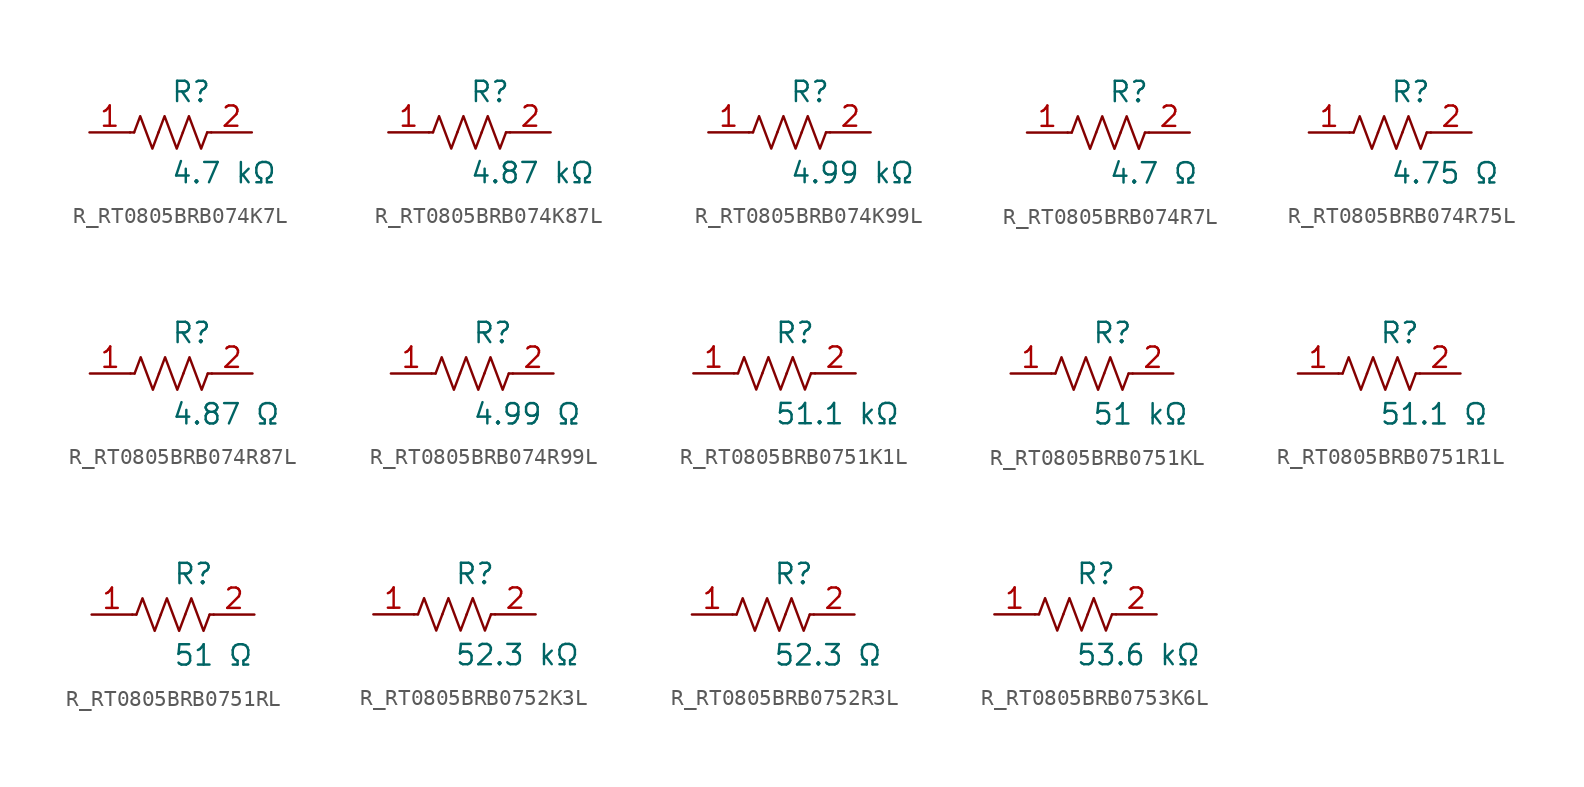
<source format=kicad_sym>
(kicad_symbol_lib
  (version 20231120)
  (generator kicad_symbol_editor)
  (generator_version 8.0)
  (symbol "R_RT0805BRB074K7L"
    (pin_names
      (offset 0.254))
    (property "Reference" "R"
      (at 0 2.54 0)
      (effects (font (size 1.27 1.27)) (justify left)))
    (property "Value" "4.7 kΩ"
      (at 0 -2.54 0)
      (effects (font (size 1.27 1.27)) (justify left)))
    (symbol "R_RT0805BRB074K7L_0_1"
      (polyline (pts (xy 2.286 0) (xy 2.54 0)) (stroke (width 0) (type default)) (fill (type none)))
      (polyline (pts (xy -2.286 0) (xy -2.54 0)) (stroke (width 0) (type default)) (fill (type none)))
      (polyline (pts (xy 0.762 0) (xy 1.143 1.016) (xy 1.524 0) (xy 1.905 -1.016) (xy 2.286 0)) (stroke (width 0) (type default)) (fill (type none)))
      (polyline (pts (xy -0.762 0) (xy -0.381 1.016) (xy 0 0) (xy 0.381 -1.016) (xy 0.762 0)) (stroke (width 0) (type default)) (fill (type none)))
      (polyline (pts (xy -2.286 0) (xy -1.905 1.016) (xy -1.524 0) (xy -1.143 -1.016) (xy -0.762 0)) (stroke (width 0) (type default)) (fill (type none))))
    (pin unspecified line
      (at -5.08 0 0)
      (length 2.54)
      (name "" (effects (font (size 1.27 1.27))))
      (number "1" (effects (font (size 1.27 1.27)))))
    (pin unspecified line
      (at 5.08 0 180)
      (length 2.54)
      (name "" (effects (font (size 1.27 1.27))))
      (number "2" (effects (font (size 1.27 1.27))))))
  (symbol "R_RT0805BRB074K87L"
    (pin_names
      (offset 0.254))
    (property "Reference" "R"
      (at 0 2.54 0)
      (effects (font (size 1.27 1.27)) (justify left)))
    (property "Value" "4.87 kΩ"
      (at 0 -2.54 0)
      (effects (font (size 1.27 1.27)) (justify left)))
    (symbol "R_RT0805BRB074K87L_0_1"
      (polyline (pts (xy 2.286 0) (xy 2.54 0)) (stroke (width 0) (type default)) (fill (type none)))
      (polyline (pts (xy -2.286 0) (xy -2.54 0)) (stroke (width 0) (type default)) (fill (type none)))
      (polyline (pts (xy 0.762 0) (xy 1.143 1.016) (xy 1.524 0) (xy 1.905 -1.016) (xy 2.286 0)) (stroke (width 0) (type default)) (fill (type none)))
      (polyline (pts (xy -0.762 0) (xy -0.381 1.016) (xy 0 0) (xy 0.381 -1.016) (xy 0.762 0)) (stroke (width 0) (type default)) (fill (type none)))
      (polyline (pts (xy -2.286 0) (xy -1.905 1.016) (xy -1.524 0) (xy -1.143 -1.016) (xy -0.762 0)) (stroke (width 0) (type default)) (fill (type none))))
    (pin unspecified line
      (at -5.08 0 0)
      (length 2.54)
      (name "" (effects (font (size 1.27 1.27))))
      (number "1" (effects (font (size 1.27 1.27)))))
    (pin unspecified line
      (at 5.08 0 180)
      (length 2.54)
      (name "" (effects (font (size 1.27 1.27))))
      (number "2" (effects (font (size 1.27 1.27))))))
  (symbol "R_RT0805BRB074K99L"
    (pin_names
      (offset 0.254))
    (property "Reference" "R"
      (at 0 2.54 0)
      (effects (font (size 1.27 1.27)) (justify left)))
    (property "Value" "4.99 kΩ"
      (at 0 -2.54 0)
      (effects (font (size 1.27 1.27)) (justify left)))
    (symbol "R_RT0805BRB074K99L_0_1"
      (polyline (pts (xy 2.286 0) (xy 2.54 0)) (stroke (width 0) (type default)) (fill (type none)))
      (polyline (pts (xy -2.286 0) (xy -2.54 0)) (stroke (width 0) (type default)) (fill (type none)))
      (polyline (pts (xy 0.762 0) (xy 1.143 1.016) (xy 1.524 0) (xy 1.905 -1.016) (xy 2.286 0)) (stroke (width 0) (type default)) (fill (type none)))
      (polyline (pts (xy -0.762 0) (xy -0.381 1.016) (xy 0 0) (xy 0.381 -1.016) (xy 0.762 0)) (stroke (width 0) (type default)) (fill (type none)))
      (polyline (pts (xy -2.286 0) (xy -1.905 1.016) (xy -1.524 0) (xy -1.143 -1.016) (xy -0.762 0)) (stroke (width 0) (type default)) (fill (type none))))
    (pin unspecified line
      (at -5.08 0 0)
      (length 2.54)
      (name "" (effects (font (size 1.27 1.27))))
      (number "1" (effects (font (size 1.27 1.27)))))
    (pin unspecified line
      (at 5.08 0 180)
      (length 2.54)
      (name "" (effects (font (size 1.27 1.27))))
      (number "2" (effects (font (size 1.27 1.27))))))
  (symbol "R_RT0805BRB074R7L"
    (pin_names
      (offset 0.254))
    (property "Reference" "R"
      (at 0 2.54 0)
      (effects (font (size 1.27 1.27)) (justify left)))
    (property "Value" "4.7 Ω"
      (at 0 -2.54 0)
      (effects (font (size 1.27 1.27)) (justify left)))
    (symbol "R_RT0805BRB074R7L_0_1"
      (polyline (pts (xy 2.286 0) (xy 2.54 0)) (stroke (width 0) (type default)) (fill (type none)))
      (polyline (pts (xy -2.286 0) (xy -2.54 0)) (stroke (width 0) (type default)) (fill (type none)))
      (polyline (pts (xy 0.762 0) (xy 1.143 1.016) (xy 1.524 0) (xy 1.905 -1.016) (xy 2.286 0)) (stroke (width 0) (type default)) (fill (type none)))
      (polyline (pts (xy -0.762 0) (xy -0.381 1.016) (xy 0 0) (xy 0.381 -1.016) (xy 0.762 0)) (stroke (width 0) (type default)) (fill (type none)))
      (polyline (pts (xy -2.286 0) (xy -1.905 1.016) (xy -1.524 0) (xy -1.143 -1.016) (xy -0.762 0)) (stroke (width 0) (type default)) (fill (type none))))
    (pin unspecified line
      (at -5.08 0 0)
      (length 2.54)
      (name "" (effects (font (size 1.27 1.27))))
      (number "1" (effects (font (size 1.27 1.27)))))
    (pin unspecified line
      (at 5.08 0 180)
      (length 2.54)
      (name "" (effects (font (size 1.27 1.27))))
      (number "2" (effects (font (size 1.27 1.27))))))
  (symbol "R_RT0805BRB074R75L"
    (pin_names
      (offset 0.254))
    (property "Reference" "R"
      (at 0 2.54 0)
      (effects (font (size 1.27 1.27)) (justify left)))
    (property "Value" "4.75 Ω"
      (at 0 -2.54 0)
      (effects (font (size 1.27 1.27)) (justify left)))
    (symbol "R_RT0805BRB074R75L_0_1"
      (polyline (pts (xy 2.286 0) (xy 2.54 0)) (stroke (width 0) (type default)) (fill (type none)))
      (polyline (pts (xy -2.286 0) (xy -2.54 0)) (stroke (width 0) (type default)) (fill (type none)))
      (polyline (pts (xy 0.762 0) (xy 1.143 1.016) (xy 1.524 0) (xy 1.905 -1.016) (xy 2.286 0)) (stroke (width 0) (type default)) (fill (type none)))
      (polyline (pts (xy -0.762 0) (xy -0.381 1.016) (xy 0 0) (xy 0.381 -1.016) (xy 0.762 0)) (stroke (width 0) (type default)) (fill (type none)))
      (polyline (pts (xy -2.286 0) (xy -1.905 1.016) (xy -1.524 0) (xy -1.143 -1.016) (xy -0.762 0)) (stroke (width 0) (type default)) (fill (type none))))
    (pin unspecified line
      (at -5.08 0 0)
      (length 2.54)
      (name "" (effects (font (size 1.27 1.27))))
      (number "1" (effects (font (size 1.27 1.27)))))
    (pin unspecified line
      (at 5.08 0 180)
      (length 2.54)
      (name "" (effects (font (size 1.27 1.27))))
      (number "2" (effects (font (size 1.27 1.27))))))
  (symbol "R_RT0805BRB074R87L"
    (pin_names
      (offset 0.254))
    (property "Reference" "R"
      (at 0 2.54 0)
      (effects (font (size 1.27 1.27)) (justify left)))
    (property "Value" "4.87 Ω"
      (at 0 -2.54 0)
      (effects (font (size 1.27 1.27)) (justify left)))
    (symbol "R_RT0805BRB074R87L_0_1"
      (polyline (pts (xy 2.286 0) (xy 2.54 0)) (stroke (width 0) (type default)) (fill (type none)))
      (polyline (pts (xy -2.286 0) (xy -2.54 0)) (stroke (width 0) (type default)) (fill (type none)))
      (polyline (pts (xy 0.762 0) (xy 1.143 1.016) (xy 1.524 0) (xy 1.905 -1.016) (xy 2.286 0)) (stroke (width 0) (type default)) (fill (type none)))
      (polyline (pts (xy -0.762 0) (xy -0.381 1.016) (xy 0 0) (xy 0.381 -1.016) (xy 0.762 0)) (stroke (width 0) (type default)) (fill (type none)))
      (polyline (pts (xy -2.286 0) (xy -1.905 1.016) (xy -1.524 0) (xy -1.143 -1.016) (xy -0.762 0)) (stroke (width 0) (type default)) (fill (type none))))
    (pin unspecified line
      (at -5.08 0 0)
      (length 2.54)
      (name "" (effects (font (size 1.27 1.27))))
      (number "1" (effects (font (size 1.27 1.27)))))
    (pin unspecified line
      (at 5.08 0 180)
      (length 2.54)
      (name "" (effects (font (size 1.27 1.27))))
      (number "2" (effects (font (size 1.27 1.27))))))
  (symbol "R_RT0805BRB074R99L"
    (pin_names
      (offset 0.254))
    (property "Reference" "R"
      (at 0 2.54 0)
      (effects (font (size 1.27 1.27)) (justify left)))
    (property "Value" "4.99 Ω"
      (at 0 -2.54 0)
      (effects (font (size 1.27 1.27)) (justify left)))
    (symbol "R_RT0805BRB074R99L_0_1"
      (polyline (pts (xy 2.286 0) (xy 2.54 0)) (stroke (width 0) (type default)) (fill (type none)))
      (polyline (pts (xy -2.286 0) (xy -2.54 0)) (stroke (width 0) (type default)) (fill (type none)))
      (polyline (pts (xy 0.762 0) (xy 1.143 1.016) (xy 1.524 0) (xy 1.905 -1.016) (xy 2.286 0)) (stroke (width 0) (type default)) (fill (type none)))
      (polyline (pts (xy -0.762 0) (xy -0.381 1.016) (xy 0 0) (xy 0.381 -1.016) (xy 0.762 0)) (stroke (width 0) (type default)) (fill (type none)))
      (polyline (pts (xy -2.286 0) (xy -1.905 1.016) (xy -1.524 0) (xy -1.143 -1.016) (xy -0.762 0)) (stroke (width 0) (type default)) (fill (type none))))
    (pin unspecified line
      (at -5.08 0 0)
      (length 2.54)
      (name "" (effects (font (size 1.27 1.27))))
      (number "1" (effects (font (size 1.27 1.27)))))
    (pin unspecified line
      (at 5.08 0 180)
      (length 2.54)
      (name "" (effects (font (size 1.27 1.27))))
      (number "2" (effects (font (size 1.27 1.27))))))
  (symbol "R_RT0805BRB0751K1L"
    (pin_names
      (offset 0.254))
    (property "Reference" "R"
      (at 0 2.54 0)
      (effects (font (size 1.27 1.27)) (justify left)))
    (property "Value" "51.1 kΩ"
      (at 0 -2.54 0)
      (effects (font (size 1.27 1.27)) (justify left)))
    (symbol "R_RT0805BRB0751K1L_0_1"
      (polyline (pts (xy 2.286 0) (xy 2.54 0)) (stroke (width 0) (type default)) (fill (type none)))
      (polyline (pts (xy -2.286 0) (xy -2.54 0)) (stroke (width 0) (type default)) (fill (type none)))
      (polyline (pts (xy 0.762 0) (xy 1.143 1.016) (xy 1.524 0) (xy 1.905 -1.016) (xy 2.286 0)) (stroke (width 0) (type default)) (fill (type none)))
      (polyline (pts (xy -0.762 0) (xy -0.381 1.016) (xy 0 0) (xy 0.381 -1.016) (xy 0.762 0)) (stroke (width 0) (type default)) (fill (type none)))
      (polyline (pts (xy -2.286 0) (xy -1.905 1.016) (xy -1.524 0) (xy -1.143 -1.016) (xy -0.762 0)) (stroke (width 0) (type default)) (fill (type none))))
    (pin unspecified line
      (at -5.08 0 0)
      (length 2.54)
      (name "" (effects (font (size 1.27 1.27))))
      (number "1" (effects (font (size 1.27 1.27)))))
    (pin unspecified line
      (at 5.08 0 180)
      (length 2.54)
      (name "" (effects (font (size 1.27 1.27))))
      (number "2" (effects (font (size 1.27 1.27))))))
  (symbol "R_RT0805BRB0751KL"
    (pin_names
      (offset 0.254))
    (property "Reference" "R"
      (at 0 2.54 0)
      (effects (font (size 1.27 1.27)) (justify left)))
    (property "Value" "51 kΩ"
      (at 0 -2.54 0)
      (effects (font (size 1.27 1.27)) (justify left)))
    (symbol "R_RT0805BRB0751KL_0_1"
      (polyline (pts (xy 2.286 0) (xy 2.54 0)) (stroke (width 0) (type default)) (fill (type none)))
      (polyline (pts (xy -2.286 0) (xy -2.54 0)) (stroke (width 0) (type default)) (fill (type none)))
      (polyline (pts (xy 0.762 0) (xy 1.143 1.016) (xy 1.524 0) (xy 1.905 -1.016) (xy 2.286 0)) (stroke (width 0) (type default)) (fill (type none)))
      (polyline (pts (xy -0.762 0) (xy -0.381 1.016) (xy 0 0) (xy 0.381 -1.016) (xy 0.762 0)) (stroke (width 0) (type default)) (fill (type none)))
      (polyline (pts (xy -2.286 0) (xy -1.905 1.016) (xy -1.524 0) (xy -1.143 -1.016) (xy -0.762 0)) (stroke (width 0) (type default)) (fill (type none))))
    (pin unspecified line
      (at -5.08 0 0)
      (length 2.54)
      (name "" (effects (font (size 1.27 1.27))))
      (number "1" (effects (font (size 1.27 1.27)))))
    (pin unspecified line
      (at 5.08 0 180)
      (length 2.54)
      (name "" (effects (font (size 1.27 1.27))))
      (number "2" (effects (font (size 1.27 1.27))))))
  (symbol "R_RT0805BRB0751R1L"
    (pin_names
      (offset 0.254))
    (property "Reference" "R"
      (at 0 2.54 0)
      (effects (font (size 1.27 1.27)) (justify left)))
    (property "Value" "51.1 Ω"
      (at 0 -2.54 0)
      (effects (font (size 1.27 1.27)) (justify left)))
    (symbol "R_RT0805BRB0751R1L_0_1"
      (polyline (pts (xy 2.286 0) (xy 2.54 0)) (stroke (width 0) (type default)) (fill (type none)))
      (polyline (pts (xy -2.286 0) (xy -2.54 0)) (stroke (width 0) (type default)) (fill (type none)))
      (polyline (pts (xy 0.762 0) (xy 1.143 1.016) (xy 1.524 0) (xy 1.905 -1.016) (xy 2.286 0)) (stroke (width 0) (type default)) (fill (type none)))
      (polyline (pts (xy -0.762 0) (xy -0.381 1.016) (xy 0 0) (xy 0.381 -1.016) (xy 0.762 0)) (stroke (width 0) (type default)) (fill (type none)))
      (polyline (pts (xy -2.286 0) (xy -1.905 1.016) (xy -1.524 0) (xy -1.143 -1.016) (xy -0.762 0)) (stroke (width 0) (type default)) (fill (type none))))
    (pin unspecified line
      (at -5.08 0 0)
      (length 2.54)
      (name "" (effects (font (size 1.27 1.27))))
      (number "1" (effects (font (size 1.27 1.27)))))
    (pin unspecified line
      (at 5.08 0 180)
      (length 2.54)
      (name "" (effects (font (size 1.27 1.27))))
      (number "2" (effects (font (size 1.27 1.27))))))
  (symbol "R_RT0805BRB0751RL"
    (pin_names
      (offset 0.254))
    (property "Reference" "R"
      (at 0 2.54 0)
      (effects (font (size 1.27 1.27)) (justify left)))
    (property "Value" "51 Ω"
      (at 0 -2.54 0)
      (effects (font (size 1.27 1.27)) (justify left)))
    (symbol "R_RT0805BRB0751RL_0_1"
      (polyline (pts (xy 2.286 0) (xy 2.54 0)) (stroke (width 0) (type default)) (fill (type none)))
      (polyline (pts (xy -2.286 0) (xy -2.54 0)) (stroke (width 0) (type default)) (fill (type none)))
      (polyline (pts (xy 0.762 0) (xy 1.143 1.016) (xy 1.524 0) (xy 1.905 -1.016) (xy 2.286 0)) (stroke (width 0) (type default)) (fill (type none)))
      (polyline (pts (xy -0.762 0) (xy -0.381 1.016) (xy 0 0) (xy 0.381 -1.016) (xy 0.762 0)) (stroke (width 0) (type default)) (fill (type none)))
      (polyline (pts (xy -2.286 0) (xy -1.905 1.016) (xy -1.524 0) (xy -1.143 -1.016) (xy -0.762 0)) (stroke (width 0) (type default)) (fill (type none))))
    (pin unspecified line
      (at -5.08 0 0)
      (length 2.54)
      (name "" (effects (font (size 1.27 1.27))))
      (number "1" (effects (font (size 1.27 1.27)))))
    (pin unspecified line
      (at 5.08 0 180)
      (length 2.54)
      (name "" (effects (font (size 1.27 1.27))))
      (number "2" (effects (font (size 1.27 1.27))))))
  (symbol "R_RT0805BRB0752K3L"
    (pin_names
      (offset 0.254))
    (property "Reference" "R"
      (at 0 2.54 0)
      (effects (font (size 1.27 1.27)) (justify left)))
    (property "Value" "52.3 kΩ"
      (at 0 -2.54 0)
      (effects (font (size 1.27 1.27)) (justify left)))
    (symbol "R_RT0805BRB0752K3L_0_1"
      (polyline (pts (xy 2.286 0) (xy 2.54 0)) (stroke (width 0) (type default)) (fill (type none)))
      (polyline (pts (xy -2.286 0) (xy -2.54 0)) (stroke (width 0) (type default)) (fill (type none)))
      (polyline (pts (xy 0.762 0) (xy 1.143 1.016) (xy 1.524 0) (xy 1.905 -1.016) (xy 2.286 0)) (stroke (width 0) (type default)) (fill (type none)))
      (polyline (pts (xy -0.762 0) (xy -0.381 1.016) (xy 0 0) (xy 0.381 -1.016) (xy 0.762 0)) (stroke (width 0) (type default)) (fill (type none)))
      (polyline (pts (xy -2.286 0) (xy -1.905 1.016) (xy -1.524 0) (xy -1.143 -1.016) (xy -0.762 0)) (stroke (width 0) (type default)) (fill (type none))))
    (pin unspecified line
      (at -5.08 0 0)
      (length 2.54)
      (name "" (effects (font (size 1.27 1.27))))
      (number "1" (effects (font (size 1.27 1.27)))))
    (pin unspecified line
      (at 5.08 0 180)
      (length 2.54)
      (name "" (effects (font (size 1.27 1.27))))
      (number "2" (effects (font (size 1.27 1.27))))))
  (symbol "R_RT0805BRB0752R3L"
    (pin_names
      (offset 0.254))
    (property "Reference" "R"
      (at 0 2.54 0)
      (effects (font (size 1.27 1.27)) (justify left)))
    (property "Value" "52.3 Ω"
      (at 0 -2.54 0)
      (effects (font (size 1.27 1.27)) (justify left)))
    (symbol "R_RT0805BRB0752R3L_0_1"
      (polyline (pts (xy 2.286 0) (xy 2.54 0)) (stroke (width 0) (type default)) (fill (type none)))
      (polyline (pts (xy -2.286 0) (xy -2.54 0)) (stroke (width 0) (type default)) (fill (type none)))
      (polyline (pts (xy 0.762 0) (xy 1.143 1.016) (xy 1.524 0) (xy 1.905 -1.016) (xy 2.286 0)) (stroke (width 0) (type default)) (fill (type none)))
      (polyline (pts (xy -0.762 0) (xy -0.381 1.016) (xy 0 0) (xy 0.381 -1.016) (xy 0.762 0)) (stroke (width 0) (type default)) (fill (type none)))
      (polyline (pts (xy -2.286 0) (xy -1.905 1.016) (xy -1.524 0) (xy -1.143 -1.016) (xy -0.762 0)) (stroke (width 0) (type default)) (fill (type none))))
    (pin unspecified line
      (at -5.08 0 0)
      (length 2.54)
      (name "" (effects (font (size 1.27 1.27))))
      (number "1" (effects (font (size 1.27 1.27)))))
    (pin unspecified line
      (at 5.08 0 180)
      (length 2.54)
      (name "" (effects (font (size 1.27 1.27))))
      (number "2" (effects (font (size 1.27 1.27))))))
  (symbol "R_RT0805BRB0753K6L"
    (pin_names
      (offset 0.254))
    (property "Reference" "R"
      (at 0 2.54 0)
      (effects (font (size 1.27 1.27)) (justify left)))
    (property "Value" "53.6 kΩ"
      (at 0 -2.54 0)
      (effects (font (size 1.27 1.27)) (justify left)))
    (symbol "R_RT0805BRB0753K6L_0_1"
      (polyline (pts (xy 2.286 0) (xy 2.54 0)) (stroke (width 0) (type default)) (fill (type none)))
      (polyline (pts (xy -2.286 0) (xy -2.54 0)) (stroke (width 0) (type default)) (fill (type none)))
      (polyline (pts (xy 0.762 0) (xy 1.143 1.016) (xy 1.524 0) (xy 1.905 -1.016) (xy 2.286 0)) (stroke (width 0) (type default)) (fill (type none)))
      (polyline (pts (xy -0.762 0) (xy -0.381 1.016) (xy 0 0) (xy 0.381 -1.016) (xy 0.762 0)) (stroke (width 0) (type default)) (fill (type none)))
      (polyline (pts (xy -2.286 0) (xy -1.905 1.016) (xy -1.524 0) (xy -1.143 -1.016) (xy -0.762 0)) (stroke (width 0) (type default)) (fill (type none))))
    (pin unspecified line
      (at -5.08 0 0)
      (length 2.54)
      (name "" (effects (font (size 1.27 1.27))))
      (number "1" (effects (font (size 1.27 1.27)))))
    (pin unspecified line
      (at 5.08 0 180)
      (length 2.54)
      (name "" (effects (font (size 1.27 1.27))))
      (number "2" (effects (font (size 1.27 1.27)))))))
</source>
